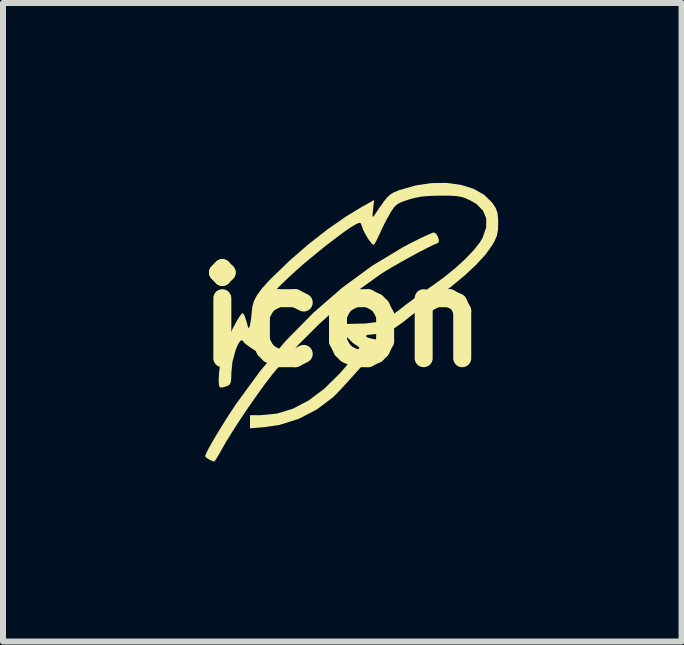
<source format=kicad_pcb>
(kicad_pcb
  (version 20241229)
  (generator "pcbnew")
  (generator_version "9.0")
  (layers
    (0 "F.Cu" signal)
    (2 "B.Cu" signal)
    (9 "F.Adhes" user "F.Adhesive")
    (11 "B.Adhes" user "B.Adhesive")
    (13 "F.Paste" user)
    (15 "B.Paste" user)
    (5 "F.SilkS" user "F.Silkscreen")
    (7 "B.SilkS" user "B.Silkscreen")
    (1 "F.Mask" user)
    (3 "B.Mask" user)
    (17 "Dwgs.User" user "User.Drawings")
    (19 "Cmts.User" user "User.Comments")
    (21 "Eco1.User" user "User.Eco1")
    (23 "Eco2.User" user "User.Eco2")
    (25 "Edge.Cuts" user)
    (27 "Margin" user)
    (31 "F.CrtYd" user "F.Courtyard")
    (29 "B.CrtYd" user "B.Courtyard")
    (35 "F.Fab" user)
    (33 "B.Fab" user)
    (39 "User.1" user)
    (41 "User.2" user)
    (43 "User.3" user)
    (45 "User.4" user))
  (footprint "icon"
    (layer "F.Cu")
    (at 2.657 2.244)
    (property "Reference" "icon" (at 0 0 0) (layer "F.SilkS") (effects (font (size 1.5 1.5) (thickness 0.3))))
    (attr board_only exclude_from_pos_files exclude_from_bom)
    (fp_poly (pts (xy 1.563 -1.397) (xy 1.595 -1.345) (xy 1.612 -1.288) (xy 1.604 -1.249) (xy 1.597 -1.244) (xy 1.527 -1.215) (xy 1.418 -1.161) (xy 1.282 -1.091) (xy 1.13 -1.009) (xy 0.976 -0.923) (xy 0.831 -0.84) (xy 0.707 -0.766) (xy 0.642 -0.724) (xy 0.305 -0.483) (xy -0.044 -0.2) (xy -0.391 0.114) (xy -0.725 0.447) (xy -1.031 0.785) (xy -1.16 0.941) (xy -1.283 1.1) (xy -1.421 1.291) (xy -1.566 1.499) (xy -1.709 1.711) (xy -1.839 1.913) (xy -1.948 2.091) (xy -2.004 2.189) (xy -2.06 2.288) (xy -2.105 2.363) (xy -2.133 2.401) (xy -2.137 2.403) (xy -2.172 2.39) (xy -2.219 2.369) (xy -2.27 2.335) (xy -2.286 2.31) (xy -2.27 2.266) (xy -2.227 2.181) (xy -2.162 2.064) (xy -2.079 1.925) (xy -1.985 1.772) (xy -1.886 1.615) (xy -1.785 1.463) (xy -1.776 1.449) (xy -1.373 0.897) (xy -0.941 0.387) (xy -0.483 -0.078) (xy -0.004 -0.495) (xy 0.494 -0.86) (xy 1.007 -1.17) (xy 1.165 -1.253) (xy 1.294 -1.317) (xy 1.405 -1.37) (xy 1.486 -1.405) (xy 1.526 -1.419) (xy 1.527 -1.419)) (stroke (width 0) (type solid)) (fill yes) (layer "F.SilkS"))
    (fp_poly (pts (xy 1.978 -2.212) (xy 2.189 -2.146) (xy 2.365 -2.047) (xy 2.498 -1.917) (xy 2.509 -1.902) (xy 2.56 -1.821) (xy 2.587 -1.747) (xy 2.598 -1.655) (xy 2.6 -1.572) (xy 2.595 -1.452) (xy 2.577 -1.362) (xy 2.537 -1.271) (xy 2.495 -1.198) (xy 2.386 -1.048) (xy 2.232 -0.879) (xy 2.04 -0.7) (xy 1.821 -0.519) (xy 1.581 -0.343) (xy 1.549 -0.321) (xy 1.403 -0.22) (xy 1.258 -0.114) (xy 1.13 -0.017) (xy 1.034 0.061) (xy 1.025 0.069) (xy 0.844 0.196) (xy 0.652 0.266) (xy 0.478 0.284) (xy 0.409 0.292) (xy 0.393 0.311) (xy 0.424 0.335) (xy 0.501 0.355) (xy 0.523 0.359) (xy 0.608 0.373) (xy 0.662 0.386) (xy 0.672 0.392) (xy 0.653 0.422) (xy 0.601 0.488) (xy 0.523 0.582) (xy 0.425 0.695) (xy 0.317 0.819) (xy 0.203 0.947) (xy 0.093 1.069) (xy -0.008 1.179) (xy -0.091 1.267) (xy -0.15 1.325) (xy -0.156 1.331) (xy -0.43 1.537) (xy -0.729 1.691) (xy -1.048 1.791) (xy -1.307 1.829) (xy -1.539 1.847) (xy -1.539 1.738) (xy -1.539 1.629) (xy -1.366 1.629) (xy -1.09 1.602) (xy -0.822 1.52) (xy -0.56 1.382) (xy -0.301 1.188) (xy -0.044 0.935) (xy 0.071 0.804) (xy 0.171 0.682) (xy 0.237 0.598) (xy 0.272 0.542) (xy 0.282 0.509) (xy 0.271 0.489) (xy 0.262 0.483) (xy 0.18 0.426) (xy 0.095 0.344) (xy 0.021 0.254) (xy -0.03 0.172) (xy -0.045 0.121) (xy -0.017 0.113) (xy 0.056 0.108) (xy 0.16 0.105) (xy 0.193 0.105) (xy 0.396 0.099) (xy 0.556 0.078) (xy 0.69 0.038) (xy 0.814 -0.028) (xy 0.945 -0.123) (xy 0.956 -0.132) (xy 1.067 -0.219) (xy 1.208 -0.323) (xy 1.361 -0.433) (xy 1.494 -0.525) (xy 1.694 -0.669) (xy 1.883 -0.822) (xy 2.052 -0.977) (xy 2.192 -1.124) (xy 2.296 -1.256) (xy 2.341 -1.332) (xy 2.399 -1.503) (xy 2.4 -1.653) (xy 2.346 -1.783) (xy 2.236 -1.893) (xy 2.137 -1.951) (xy 2.057 -1.988) (xy 1.984 -2.011) (xy 1.903 -2.025) (xy 1.795 -2.031) (xy 1.644 -2.032) (xy 1.463 -2.028) (xy 1.32 -2.016) (xy 1.195 -1.992) (xy 1.105 -1.966) (xy 0.994 -1.928) (xy 0.922 -1.893) (xy 0.869 -1.845) (xy 0.818 -1.772) (xy 0.8 -1.742) (xy 0.734 -1.624) (xy 0.665 -1.487) (xy 0.624 -1.397) (xy 0.58 -1.303) (xy 0.544 -1.236) (xy 0.522 -1.21) (xy 0.522 -1.21) (xy 0.49 -1.234) (xy 0.443 -1.295) (xy 0.393 -1.374) (xy 0.351 -1.455) (xy 0.328 -1.516) (xy 0.31 -1.57) (xy 0.283 -1.58) (xy 0.226 -1.555) (xy 0.221 -1.552) (xy 0.134 -1.499) (xy 0.012 -1.414) (xy -0.134 -1.305) (xy -0.296 -1.18) (xy -0.462 -1.045) (xy -0.625 -0.91) (xy -0.772 -0.781) (xy -0.872 -0.69) (xy -1.021 -0.547) (xy -1.133 -0.434) (xy -1.212 -0.339) (xy -1.264 -0.25) (xy -1.294 -0.156) (xy -1.309 -0.045) (xy -1.314 0.094) (xy -1.315 0.217) (xy -1.316 0.363) (xy -1.319 0.484) (xy -1.323 0.571) (xy -1.328 0.611) (xy -1.33 0.612) (xy -1.373 0.596) (xy -1.445 0.556) (xy -1.525 0.505) (xy -1.595 0.455) (xy -1.636 0.419) (xy -1.638 0.416) (xy -1.669 0.379) (xy -1.702 0.389) (xy -1.739 0.449) (xy -1.779 0.545) (xy -1.832 0.741) (xy -1.849 0.918) (xy -1.852 1.026) (xy -1.862 1.089) (xy -1.883 1.123) (xy -1.923 1.144) (xy -1.94 1.15) (xy -2.005 1.167) (xy -2.043 1.165) (xy -2.043 1.165) (xy -2.058 1.116) (xy -2.061 1.024) (xy -2.053 0.905) (xy -2.036 0.773) (xy -2.01 0.643) (xy -1.979 0.531) (xy -1.979 0.53) (xy -1.934 0.414) (xy -1.878 0.289) (xy -1.817 0.165) (xy -1.758 0.056) (xy -1.707 -0.026) (xy -1.67 -0.07) (xy -1.661 -0.075) (xy -1.639 -0.049) (xy -1.612 0.018) (xy -1.597 0.067) (xy -1.574 0.15) (xy -1.56 0.18) (xy -1.549 0.164) (xy -1.538 0.12) (xy -1.52 0.02) (xy -1.512 -0.06) (xy -1.501 -0.174) (xy -1.473 -0.275) (xy -1.421 -0.374) (xy -1.34 -0.484) (xy -1.221 -0.615) (xy -1.169 -0.668) (xy -0.879 -0.948) (xy -0.567 -1.219) (xy -0.247 -1.469) (xy 0.068 -1.688) (xy 0.31 -1.835) (xy 0.531 -1.959) (xy 0.513 -1.801) (xy 0.504 -1.714) (xy 0.507 -1.678) (xy 0.521 -1.685) (xy 0.531 -1.699) (xy 0.626 -1.841) (xy 0.698 -1.941) (xy 0.755 -2.01) (xy 0.808 -2.057) (xy 0.865 -2.089) (xy 0.935 -2.118) (xy 0.957 -2.126) (xy 1.223 -2.202) (xy 1.487 -2.241) (xy 1.742 -2.244)) (stroke (width 0) (type solid)) (fill yes) (layer "F.SilkS")))
  (gr_rect
    (start -3 -3)
    (end 8.314 7.647)
    (stroke (width 0.1) (type default))
    (fill no)
    (layer "Edge.Cuts")))
</source>
